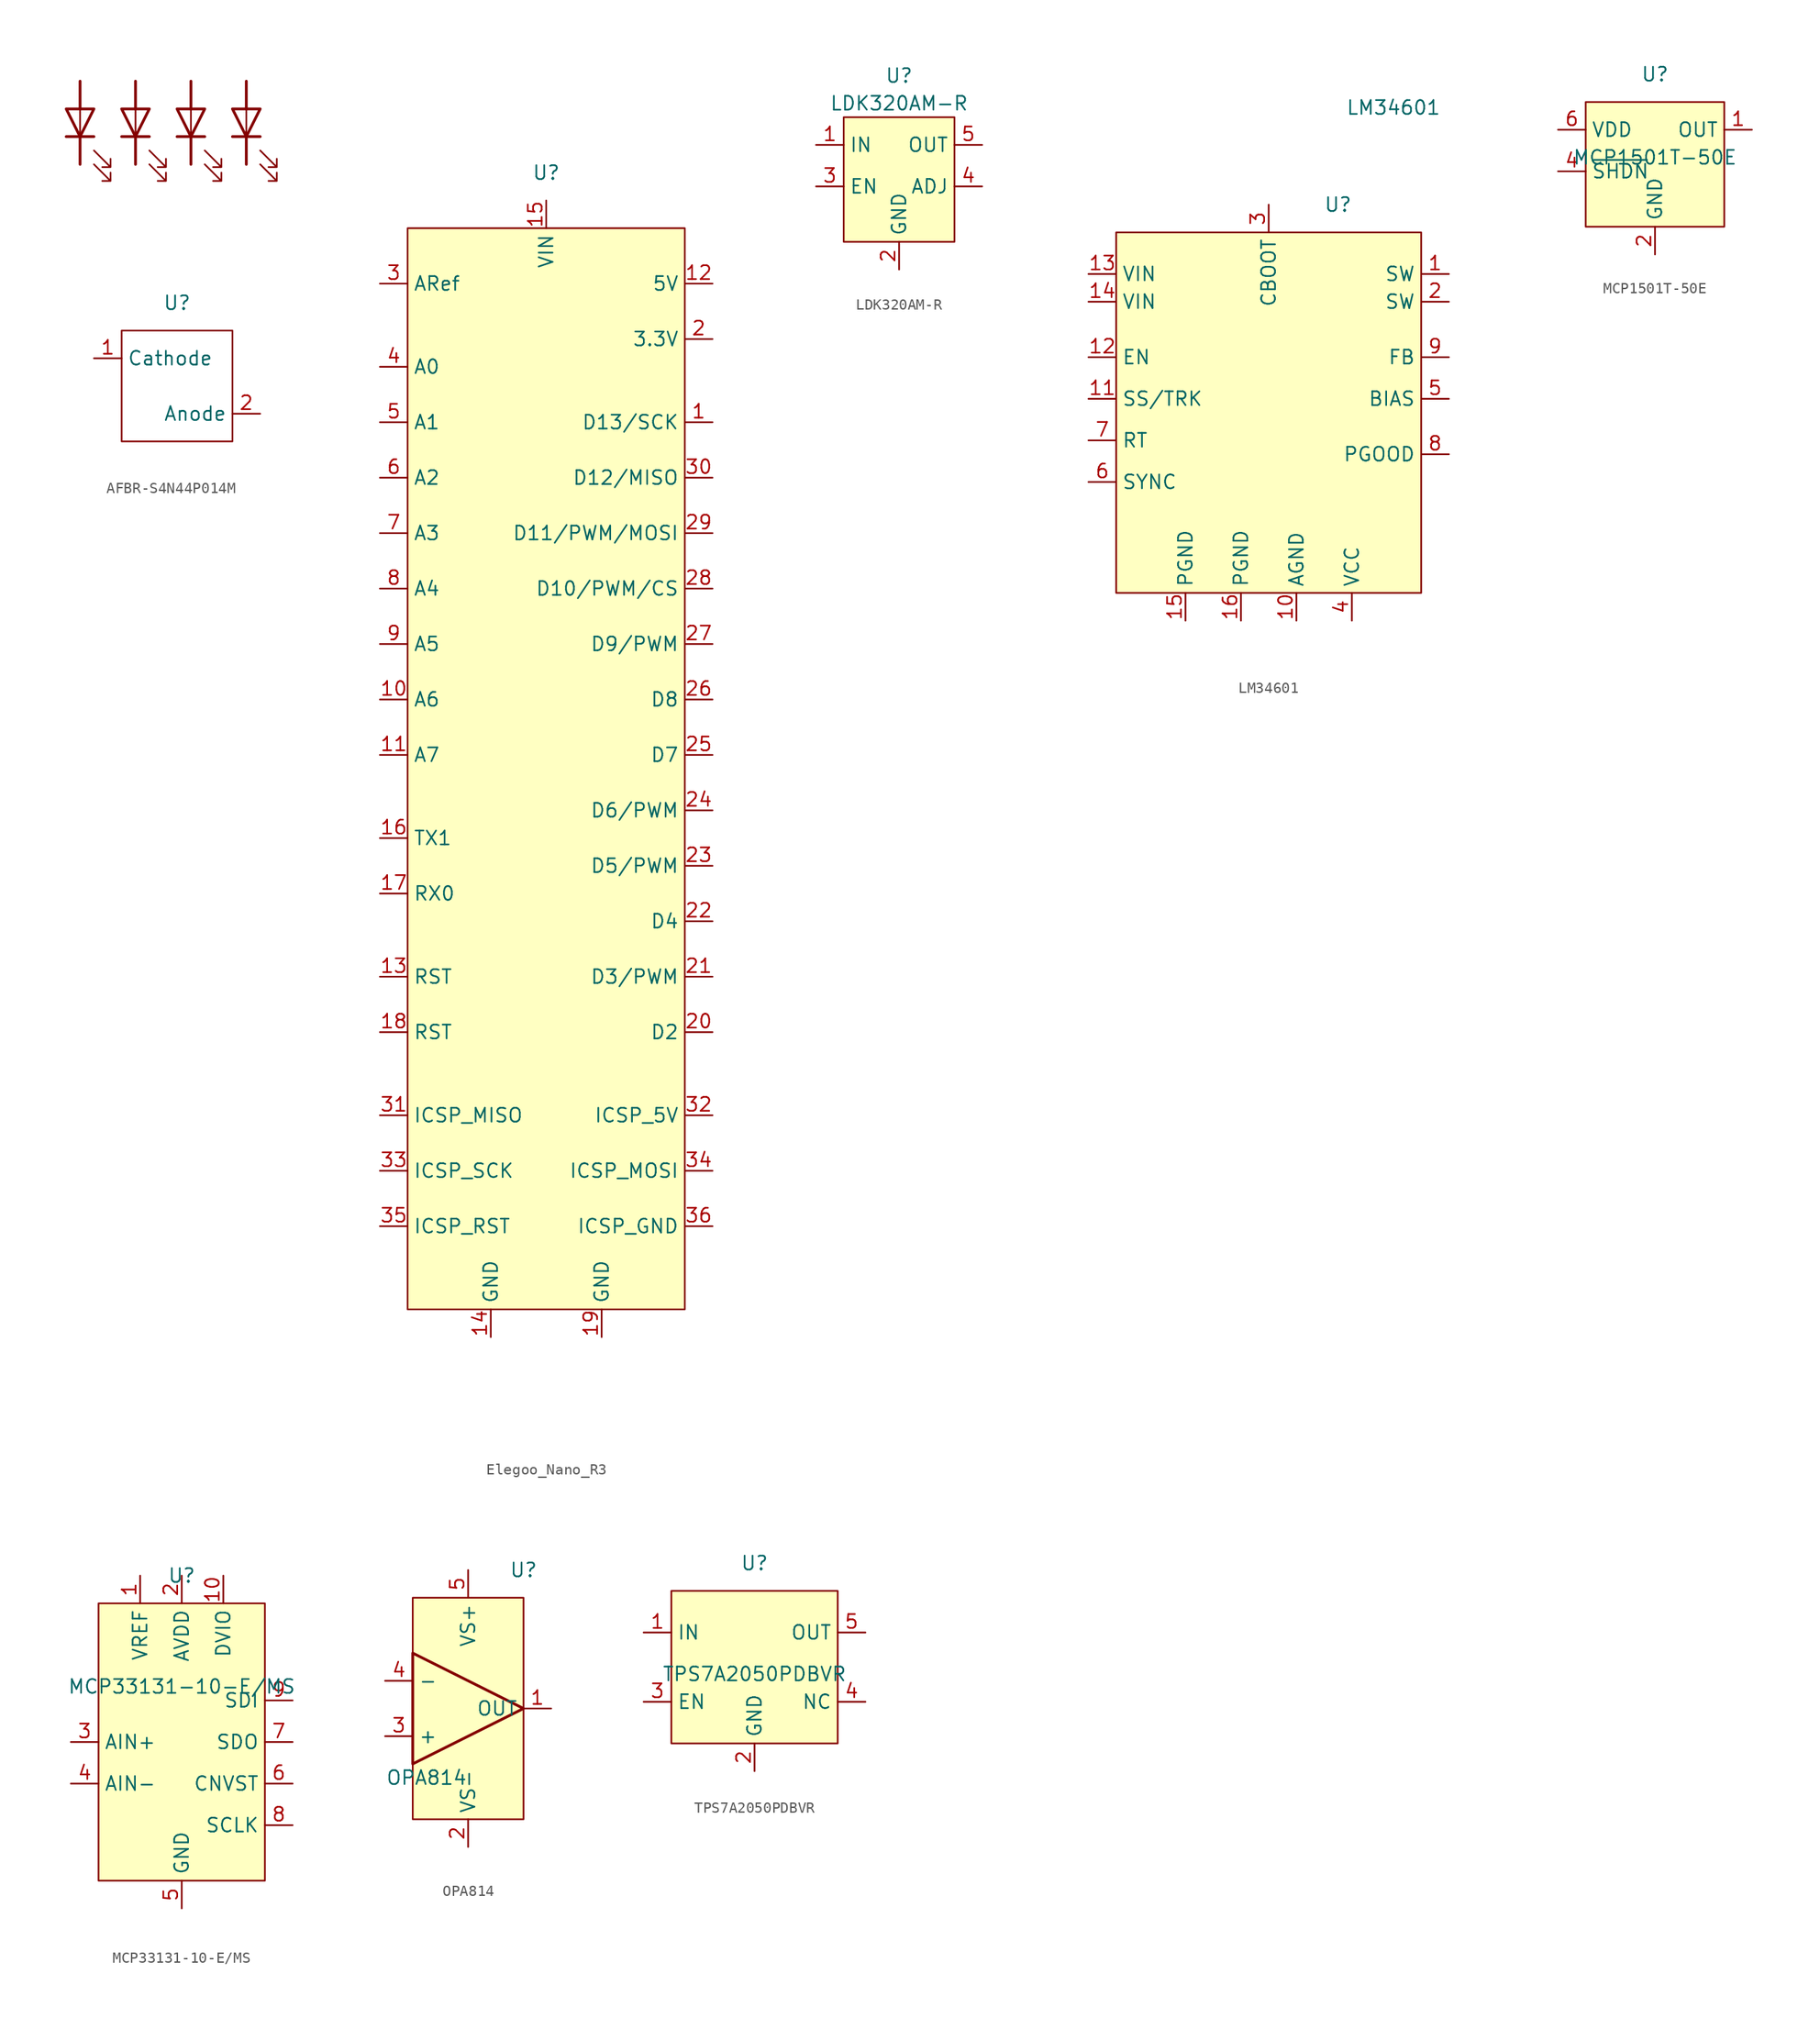
<source format=kicad_sym>
(kicad_symbol_lib
  (version 20220914)
  (generator kicad_symbol_editor)
  (symbol "AFBR-S4N44P014M"
    (property "Reference" "U"
      (at 0 7.62 0)
      (effects (font (size 1.27 1.27))))
    (property "Value" ""
      (at 0 0 0)
      (effects (font (size 1.27 1.27))))
    (symbol "AFBR-S4N44P014M_0_1"
      (rectangle (start -5.08 5.08) (end 5.08 -5.08) (stroke (width 0) (type default)) (fill (type none)))
      (polyline (pts (xy -8.89 22.86) (xy -8.89 25.4)) (stroke (width 0) (type default)) (fill (type none)))
      (polyline (pts (xy -7.62 22.86) (xy -10.16 22.86)) (stroke (width 0.254) (type default)) (fill (type none)))
      (polyline (pts (xy -3.81 22.86) (xy -3.81 25.4)) (stroke (width 0) (type default)) (fill (type none)))
      (polyline (pts (xy -2.54 22.86) (xy -5.08 22.86)) (stroke (width 0.254) (type default)) (fill (type none)))
      (polyline (pts (xy 1.27 22.86) (xy 1.27 25.4)) (stroke (width 0) (type default)) (fill (type none)))
      (polyline (pts (xy 2.54 22.86) (xy 0 22.86)) (stroke (width 0.254) (type default)) (fill (type none)))
      (polyline (pts (xy 6.35 22.86) (xy 6.35 25.4)) (stroke (width 0) (type default)) (fill (type none)))
      (polyline (pts (xy 7.62 22.86) (xy 5.08 22.86)) (stroke (width 0.254) (type default)) (fill (type none)))
      (polyline (pts (xy -7.62 25.4) (xy -10.16 25.4) (xy -8.89 22.86) (xy -7.62 25.4)) (stroke (width 0.254) (type default)) (fill (type none)))
      (polyline (pts (xy -2.54 25.4) (xy -5.08 25.4) (xy -3.81 22.86) (xy -2.54 25.4)) (stroke (width 0.254) (type default)) (fill (type none)))
      (polyline (pts (xy 2.54 25.4) (xy 0 25.4) (xy 1.27 22.86) (xy 2.54 25.4)) (stroke (width 0.254) (type default)) (fill (type none)))
      (polyline (pts (xy 7.62 25.4) (xy 5.08 25.4) (xy 6.35 22.86) (xy 7.62 25.4)) (stroke (width 0.254) (type default)) (fill (type none)))
      (polyline (pts (xy -7.62 20.32) (xy -6.096 18.796) (xy -6.096 19.558) (xy -6.096 18.796) (xy -6.858 18.796)) (stroke (width 0) (type default)) (fill (type none)))
      (polyline (pts (xy -7.62 21.59) (xy -6.096 20.066) (xy -6.096 20.828) (xy -6.096 20.066) (xy -6.858 20.066)) (stroke (width 0) (type default)) (fill (type none)))
      (polyline (pts (xy -2.54 20.32) (xy -1.016 18.796) (xy -1.016 19.558) (xy -1.016 18.796) (xy -1.778 18.796)) (stroke (width 0) (type default)) (fill (type none)))
      (polyline (pts (xy -2.54 21.59) (xy -1.016 20.066) (xy -1.016 20.828) (xy -1.016 20.066) (xy -1.778 20.066)) (stroke (width 0) (type default)) (fill (type none)))
      (polyline (pts (xy 2.54 20.32) (xy 4.064 18.796) (xy 4.064 19.558) (xy 4.064 18.796) (xy 3.302 18.796)) (stroke (width 0) (type default)) (fill (type none)))
      (polyline (pts (xy 2.54 21.59) (xy 4.064 20.066) (xy 4.064 20.828) (xy 4.064 20.066) (xy 3.302 20.066)) (stroke (width 0) (type default)) (fill (type none)))
      (polyline (pts (xy 7.62 20.32) (xy 9.144 18.796) (xy 9.144 19.558) (xy 9.144 18.796) (xy 8.382 18.796)) (stroke (width 0) (type default)) (fill (type none)))
      (polyline (pts (xy 7.62 21.59) (xy 9.144 20.066) (xy 9.144 20.828) (xy 9.144 20.066) (xy 8.382 20.066)) (stroke (width 0) (type default)) (fill (type none))))
    (symbol "AFBR-S4N44P014M_1_1"
      (polyline (pts (xy -8.89 22.86) (xy -8.89 20.32)) (stroke (width 0.254) (type default)) (fill (type none)))
      (polyline (pts (xy -8.89 25.4) (xy -8.89 27.94)) (stroke (width 0.254) (type default)) (fill (type none)))
      (polyline (pts (xy -3.81 22.86) (xy -3.81 20.32)) (stroke (width 0.254) (type default)) (fill (type none)))
      (polyline (pts (xy -3.81 25.4) (xy -3.81 27.94)) (stroke (width 0.254) (type default)) (fill (type none)))
      (polyline (pts (xy 1.27 22.86) (xy 1.27 20.32)) (stroke (width 0.254) (type default)) (fill (type none)))
      (polyline (pts (xy 1.27 25.4) (xy 1.27 27.94)) (stroke (width 0.254) (type default)) (fill (type none)))
      (polyline (pts (xy 6.35 22.86) (xy 6.35 20.32)) (stroke (width 0.254) (type default)) (fill (type none)))
      (polyline (pts (xy 6.35 25.4) (xy 6.35 27.94)) (stroke (width 0.254) (type default)) (fill (type none)))
      (pin input line (at -7.62 2.54 0) (length 2.54) (name "Cathode" (effects (font (size 1.27 1.27)))) (number "1" (effects (font (size 1.27 1.27)))))
      (pin input line (at 7.62 -2.54 180) (length 2.54) (name "Anode" (effects (font (size 1.27 1.27)))) (number "2" (effects (font (size 1.27 1.27)))))))
  (symbol "Elegoo_Nano_R3"
    (property "Reference" "U"
      (at 0 45.72 0)
      (effects (font (size 1.27 1.27))))
    (property "Value" ""
      (at 0 33.02 0)
      (effects (font (size 1.27 1.27))))
    (symbol "Elegoo_Nano_R3_1_1"
      (rectangle (start -12.7 40.64) (end 12.7 -58.42) (stroke (width 0) (type default)) (fill (type background)))
      (pin input line (at 15.24 22.86 180) (length 2.54) (name "D13/SCK" (effects (font (size 1.27 1.27)))) (number "1" (effects (font (size 1.27 1.27)))))
      (pin bidirectional line (at -15.24 -2.54 0) (length 2.54) (name "A6" (effects (font (size 1.27 1.27)))) (number "10" (effects (font (size 1.27 1.27)))))
      (pin bidirectional line (at -15.24 -7.62 0) (length 2.54) (name "A7" (effects (font (size 1.27 1.27)))) (number "11" (effects (font (size 1.27 1.27)))))
      (pin power_out line (at 15.24 35.56 180) (length 2.54) (name "5V" (effects (font (size 1.27 1.27)))) (number "12" (effects (font (size 1.27 1.27)))))
      (pin input line (at -15.24 -27.94 0) (length 2.54) (name "RST" (effects (font (size 1.27 1.27)))) (number "13" (effects (font (size 1.27 1.27)))))
      (pin power_in line (at -5.08 -60.96 90) (length 2.54) (name "GND" (effects (font (size 1.27 1.27)))) (number "14" (effects (font (size 1.27 1.27)))))
      (pin power_in line (at 0 43.18 270) (length 2.54) (name "VIN" (effects (font (size 1.27 1.27)))) (number "15" (effects (font (size 1.27 1.27)))))
      (pin input line (at -15.24 -15.24 0) (length 2.54) (name "TX1" (effects (font (size 1.27 1.27)))) (number "16" (effects (font (size 1.27 1.27)))))
      (pin input line (at -15.24 -20.32 0) (length 2.54) (name "RX0" (effects (font (size 1.27 1.27)))) (number "17" (effects (font (size 1.27 1.27)))))
      (pin input line (at -15.24 -33.02 0) (length 2.54) (name "RST" (effects (font (size 1.27 1.27)))) (number "18" (effects (font (size 1.27 1.27)))))
      (pin input line (at 5.08 -60.96 90) (length 2.54) (name "GND" (effects (font (size 1.27 1.27)))) (number "19" (effects (font (size 1.27 1.27)))))
      (pin power_out line (at 15.24 30.48 180) (length 2.54) (name "3.3V" (effects (font (size 1.27 1.27)))) (number "2" (effects (font (size 1.27 1.27)))))
      (pin input line (at 15.24 -33.02 180) (length 2.54) (name "D2" (effects (font (size 1.27 1.27)))) (number "20" (effects (font (size 1.27 1.27)))))
      (pin input line (at 15.24 -27.94 180) (length 2.54) (name "D3/PWM" (effects (font (size 1.27 1.27)))) (number "21" (effects (font (size 1.27 1.27)))))
      (pin input line (at 15.24 -22.86 180) (length 2.54) (name "D4" (effects (font (size 1.27 1.27)))) (number "22" (effects (font (size 1.27 1.27)))))
      (pin input line (at 15.24 -17.78 180) (length 2.54) (name "D5/PWM" (effects (font (size 1.27 1.27)))) (number "23" (effects (font (size 1.27 1.27)))))
      (pin input line (at 15.24 -12.7 180) (length 2.54) (name "D6/PWM" (effects (font (size 1.27 1.27)))) (number "24" (effects (font (size 1.27 1.27)))))
      (pin input line (at 15.24 -7.62 180) (length 2.54) (name "D7" (effects (font (size 1.27 1.27)))) (number "25" (effects (font (size 1.27 1.27)))))
      (pin input line (at 15.24 -2.54 180) (length 2.54) (name "D8" (effects (font (size 1.27 1.27)))) (number "26" (effects (font (size 1.27 1.27)))))
      (pin input line (at 15.24 2.54 180) (length 2.54) (name "D9/PWM" (effects (font (size 1.27 1.27)))) (number "27" (effects (font (size 1.27 1.27)))))
      (pin input line (at 15.24 7.62 180) (length 2.54) (name "D10/PWM/CS" (effects (font (size 1.27 1.27)))) (number "28" (effects (font (size 1.27 1.27)))))
      (pin input line (at 15.24 12.7 180) (length 2.54) (name "D11/PWM/MOSI" (effects (font (size 1.27 1.27)))) (number "29" (effects (font (size 1.27 1.27)))))
      (pin power_out line (at -15.24 35.56 0) (length 2.54) (name "ARef" (effects (font (size 1.27 1.27)))) (number "3" (effects (font (size 1.27 1.27)))))
      (pin input line (at 15.24 17.78 180) (length 2.54) (name "D12/MISO" (effects (font (size 1.27 1.27)))) (number "30" (effects (font (size 1.27 1.27)))))
      (pin input line (at -15.24 -40.64 0) (length 2.54) (name "ICSP_MISO" (effects (font (size 1.27 1.27)))) (number "31" (effects (font (size 1.27 1.27)))))
      (pin power_in line (at 15.24 -40.64 180) (length 2.54) (name "ICSP_5V" (effects (font (size 1.27 1.27)))) (number "32" (effects (font (size 1.27 1.27)))))
      (pin input line (at -15.24 -45.72 0) (length 2.54) (name "ICSP_SCK" (effects (font (size 1.27 1.27)))) (number "33" (effects (font (size 1.27 1.27)))))
      (pin output line (at 15.24 -45.72 180) (length 2.54) (name "ICSP_MOSI" (effects (font (size 1.27 1.27)))) (number "34" (effects (font (size 1.27 1.27)))))
      (pin input line (at -15.24 -50.8 0) (length 2.54) (name "ICSP_RST" (effects (font (size 1.27 1.27)))) (number "35" (effects (font (size 1.27 1.27)))))
      (pin output line (at 15.24 -50.8 180) (length 2.54) (name "ICSP_GND" (effects (font (size 1.27 1.27)))) (number "36" (effects (font (size 1.27 1.27)))))
      (pin bidirectional line (at -15.24 27.94 0) (length 2.54) (name "A0" (effects (font (size 1.27 1.27)))) (number "4" (effects (font (size 1.27 1.27)))))
      (pin bidirectional line (at -15.24 22.86 0) (length 2.54) (name "A1" (effects (font (size 1.27 1.27)))) (number "5" (effects (font (size 1.27 1.27)))))
      (pin bidirectional line (at -15.24 17.78 0) (length 2.54) (name "A2" (effects (font (size 1.27 1.27)))) (number "6" (effects (font (size 1.27 1.27)))))
      (pin bidirectional line (at -15.24 12.7 0) (length 2.54) (name "A3" (effects (font (size 1.27 1.27)))) (number "7" (effects (font (size 1.27 1.27)))))
      (pin bidirectional line (at -15.24 7.62 0) (length 2.54) (name "A4" (effects (font (size 1.27 1.27)))) (number "8" (effects (font (size 1.27 1.27)))))
      (pin bidirectional line (at -15.24 2.54 0) (length 2.54) (name "A5" (effects (font (size 1.27 1.27)))) (number "9" (effects (font (size 1.27 1.27)))))))
  (symbol "LDK320AM-R"
    (property "Reference" "U"
      (at 0 10.16 0)
      (effects (font (size 1.27 1.27))))
    (property "Value" "LDK320AM-R"
      (at 0 7.62 0)
      (effects (font (size 1.27 1.27))))
    (symbol "LDK320AM-R_1_1"
      (rectangle (start -5.08 6.35) (end 5.08 -5.08) (stroke (width 0) (type default)) (fill (type background)))
      (pin power_in line (at -7.62 3.81 0) (length 2.54) (name "IN" (effects (font (size 1.27 1.27)))) (number "1" (effects (font (size 1.27 1.27)))))
      (pin power_in line (at 0 -7.62 90) (length 2.54) (name "GND" (effects (font (size 1.27 1.27)))) (number "2" (effects (font (size 1.27 1.27)))))
      (pin input line (at -7.62 0 0) (length 2.54) (name "EN" (effects (font (size 1.27 1.27)))) (number "3" (effects (font (size 1.27 1.27)))))
      (pin input line (at 7.62 0 180) (length 2.54) (name "ADJ" (effects (font (size 1.27 1.27)))) (number "4" (effects (font (size 1.27 1.27)))))
      (pin power_out line (at 7.62 3.81 180) (length 2.54) (name "OUT" (effects (font (size 1.27 1.27)))) (number "5" (effects (font (size 1.27 1.27)))))))
  (symbol "LM34601"
    (property "Reference" "U"
      (at 6.35 19.05 0)
      (effects (font (size 1.27 1.27))))
    (property "Value" "LM34601"
      (at 11.43 27.94 0)
      (effects (font (size 1.27 1.27))))
    (symbol "LM34601_1_1"
      (rectangle (start -13.97 16.51) (end 13.97 -16.51) (stroke (width 0) (type default)) (fill (type background)))
      (pin output line (at 16.51 12.7 180) (length 2.54) (name "SW" (effects (font (size 1.27 1.27)))) (number "1" (effects (font (size 1.27 1.27)))))
      (pin power_in line (at 2.54 -19.05 90) (length 2.54) (name "AGND" (effects (font (size 1.27 1.27)))) (number "10" (effects (font (size 1.27 1.27)))))
      (pin input line (at -16.51 1.27 0) (length 2.54) (name "SS/TRK" (effects (font (size 1.27 1.27)))) (number "11" (effects (font (size 1.27 1.27)))))
      (pin input line (at -16.51 5.08 0) (length 2.54) (name "EN" (effects (font (size 1.27 1.27)))) (number "12" (effects (font (size 1.27 1.27)))))
      (pin power_in line (at -16.51 12.7 0) (length 2.54) (name "VIN" (effects (font (size 1.27 1.27)))) (number "13" (effects (font (size 1.27 1.27)))))
      (pin power_in line (at -16.51 10.16 0) (length 2.54) (name "VIN" (effects (font (size 1.27 1.27)))) (number "14" (effects (font (size 1.27 1.27)))))
      (pin power_in line (at -7.62 -19.05 90) (length 2.54) (name "PGND" (effects (font (size 1.27 1.27)))) (number "15" (effects (font (size 1.27 1.27)))))
      (pin power_in line (at -2.54 -19.05 90) (length 2.54) (name "PGND" (effects (font (size 1.27 1.27)))) (number "16" (effects (font (size 1.27 1.27)))))
      (pin output line (at 16.51 10.16 180) (length 2.54) (name "SW" (effects (font (size 1.27 1.27)))) (number "2" (effects (font (size 1.27 1.27)))))
      (pin input line (at 0 19.05 270) (length 2.54) (name "CBOOT" (effects (font (size 1.27 1.27)))) (number "3" (effects (font (size 1.27 1.27)))))
      (pin power_in line (at 7.62 -19.05 90) (length 2.54) (name "VCC" (effects (font (size 1.27 1.27)))) (number "4" (effects (font (size 1.27 1.27)))))
      (pin input line (at 16.51 1.27 180) (length 2.54) (name "BIAS" (effects (font (size 1.27 1.27)))) (number "5" (effects (font (size 1.27 1.27)))))
      (pin input line (at -16.51 -6.35 0) (length 2.54) (name "SYNC" (effects (font (size 1.27 1.27)))) (number "6" (effects (font (size 1.27 1.27)))))
      (pin input line (at -16.51 -2.54 0) (length 2.54) (name "RT" (effects (font (size 1.27 1.27)))) (number "7" (effects (font (size 1.27 1.27)))))
      (pin input line (at 16.51 -3.81 180) (length 2.54) (name "PGOOD" (effects (font (size 1.27 1.27)))) (number "8" (effects (font (size 1.27 1.27)))))
      (pin input line (at 16.51 5.08 180) (length 2.54) (name "FB" (effects (font (size 1.27 1.27)))) (number "9" (effects (font (size 1.27 1.27)))))))
  (symbol "MCP1501T-50E"
    (property "Reference" "U"
      (at 0 7.62 0)
      (effects (font (size 1.27 1.27))))
    (property "Value" "MCP1501T-50E"
      (at 0 0 0)
      (effects (font (size 1.27 1.27))))
    (symbol "MCP1501T-50E_1_1"
      (rectangle (start -6.35 5.08) (end 6.35 -6.35) (stroke (width 0) (type default)) (fill (type background)))
      (pin output line (at 8.89 2.54 180) (length 2.54) (name "OUT" (effects (font (size 1.27 1.27)))) (number "1" (effects (font (size 1.27 1.27)))))
      (pin power_in line (at 0 -8.89 90) (length 2.54) (name "GND" (effects (font (size 1.27 1.27)))) (number "2" (effects (font (size 1.27 1.27)))))
      (pin power_in line (at 0 -8.89 90) (length 2.54) hide (name "GND" (effects (font (size 1.27 1.27)))) (number "3" (effects (font (size 1.27 1.27)))))
      (pin input line (at -8.89 -1.27 0) (length 2.54) (name "~{SHDN}" (effects (font (size 1.27 1.27)))) (number "4" (effects (font (size 1.27 1.27)))))
      (pin power_in line (at 0 -8.89 90) (length 2.54) hide (name "GND" (effects (font (size 1.27 1.27)))) (number "5" (effects (font (size 1.27 1.27)))))
      (pin power_in line (at -8.89 2.54 0) (length 2.54) (name "VDD" (effects (font (size 1.27 1.27)))) (number "6" (effects (font (size 1.27 1.27)))))))
  (symbol "MCP33131-10-E/MS"
    (property "Reference" "U"
      (at 0 15.24 0)
      (effects (font (size 1.27 1.27))))
    (property "Value" "MCP33131-10-E/MS"
      (at 0 5.08 0)
      (effects (font (size 1.27 1.27))))
    (symbol "MCP33131-10-E/MS_1_1"
      (rectangle (start -7.62 12.7) (end 7.62 -12.7) (stroke (width 0) (type default)) (fill (type background)))
      (pin input line (at -3.81 15.24 270) (length 2.54) (name "VREF" (effects (font (size 1.27 1.27)))) (number "1" (effects (font (size 1.27 1.27)))))
      (pin power_in line (at 3.81 15.24 270) (length 2.54) (name "DVIO" (effects (font (size 1.27 1.27)))) (number "10" (effects (font (size 1.27 1.27)))))
      (pin power_in line (at 0 15.24 270) (length 2.54) (name "AVDD" (effects (font (size 1.27 1.27)))) (number "2" (effects (font (size 1.27 1.27)))))
      (pin input line (at -10.16 0 0) (length 2.54) (name "AIN+" (effects (font (size 1.27 1.27)))) (number "3" (effects (font (size 1.27 1.27)))))
      (pin input line (at -10.16 -3.81 0) (length 2.54) (name "AIN-" (effects (font (size 1.27 1.27)))) (number "4" (effects (font (size 1.27 1.27)))))
      (pin power_in line (at 0 -15.24 90) (length 2.54) (name "GND" (effects (font (size 1.27 1.27)))) (number "5" (effects (font (size 1.27 1.27)))))
      (pin input line (at 10.16 -3.81 180) (length 2.54) (name "CNVST" (effects (font (size 1.27 1.27)))) (number "6" (effects (font (size 1.27 1.27)))))
      (pin output line (at 10.16 0 180) (length 2.54) (name "SDO" (effects (font (size 1.27 1.27)))) (number "7" (effects (font (size 1.27 1.27)))))
      (pin input line (at 10.16 -7.62 180) (length 2.54) (name "SCLK" (effects (font (size 1.27 1.27)))) (number "8" (effects (font (size 1.27 1.27)))))
      (pin input line (at 10.16 3.81 180) (length 2.54) (name "SDI" (effects (font (size 1.27 1.27)))) (number "9" (effects (font (size 1.27 1.27)))))))
  (symbol "OPA814"
    (property "Reference" "U"
      (at 5.08 11.43 0)
      (effects (font (size 1.27 1.27))))
    (property "Value" "OPA814"
      (at -3.81 -7.62 0)
      (effects (font (size 1.27 1.27))))
    (symbol "OPA814_1_1"
      (rectangle (start -5.08 8.89) (end 5.08 -11.43) (stroke (width 0) (type default)) (fill (type background)))
      (polyline (pts (xy -5.08 3.81) (xy 5.08 -1.27) (xy -5.08 -6.35) (xy -5.08 3.81)) (stroke (width 0.254) (type default)) (fill (type background)))
      (pin output line (at 7.62 -1.27 180) (length 2.54) (name "OUT" (effects (font (size 1.27 1.27)))) (number "1" (effects (font (size 1.27 1.27)))))
      (pin input line (at 0 -13.97 90) (length 2.54) (name "VS-" (effects (font (size 1.27 1.27)))) (number "2" (effects (font (size 1.27 1.27)))))
      (pin input line (at -7.62 -3.81 0) (length 2.54) (name "+" (effects (font (size 1.27 1.27)))) (number "3" (effects (font (size 1.27 1.27)))))
      (pin input line (at -7.62 1.27 0) (length 2.54) (name "-" (effects (font (size 1.27 1.27)))) (number "4" (effects (font (size 1.27 1.27)))))
      (pin input line (at 0 11.43 270) (length 2.54) (name "VS+" (effects (font (size 1.27 1.27)))) (number "5" (effects (font (size 1.27 1.27)))))))
  (symbol "TPS7A2050PDBVR"
    (property "Reference" "U"
      (at 0 10.16 0)
      (effects (font (size 1.27 1.27))))
    (property "Value" "TPS7A2050PDBVR"
      (at 0 0 0)
      (effects (font (size 1.27 1.27))))
    (symbol "TPS7A2050PDBVR_1_1"
      (rectangle (start -7.62 7.62) (end 7.62 -6.35) (stroke (width 0) (type default)) (fill (type background)))
      (pin power_in line (at -10.16 3.81 0) (length 2.54) (name "IN" (effects (font (size 1.27 1.27)))) (number "1" (effects (font (size 1.27 1.27)))))
      (pin power_in line (at 0 -8.89 90) (length 2.54) (name "GND" (effects (font (size 1.27 1.27)))) (number "2" (effects (font (size 1.27 1.27)))))
      (pin input line (at -10.16 -2.54 0) (length 2.54) (name "EN" (effects (font (size 1.27 1.27)))) (number "3" (effects (font (size 1.27 1.27)))))
      (pin input line (at 10.16 -2.54 180) (length 2.54) (name "NC" (effects (font (size 1.27 1.27)))) (number "4" (effects (font (size 1.27 1.27)))))
      (pin power_out line (at 10.16 3.81 180) (length 2.54) (name "OUT" (effects (font (size 1.27 1.27)))) (number "5" (effects (font (size 1.27 1.27))))))))
</source>
